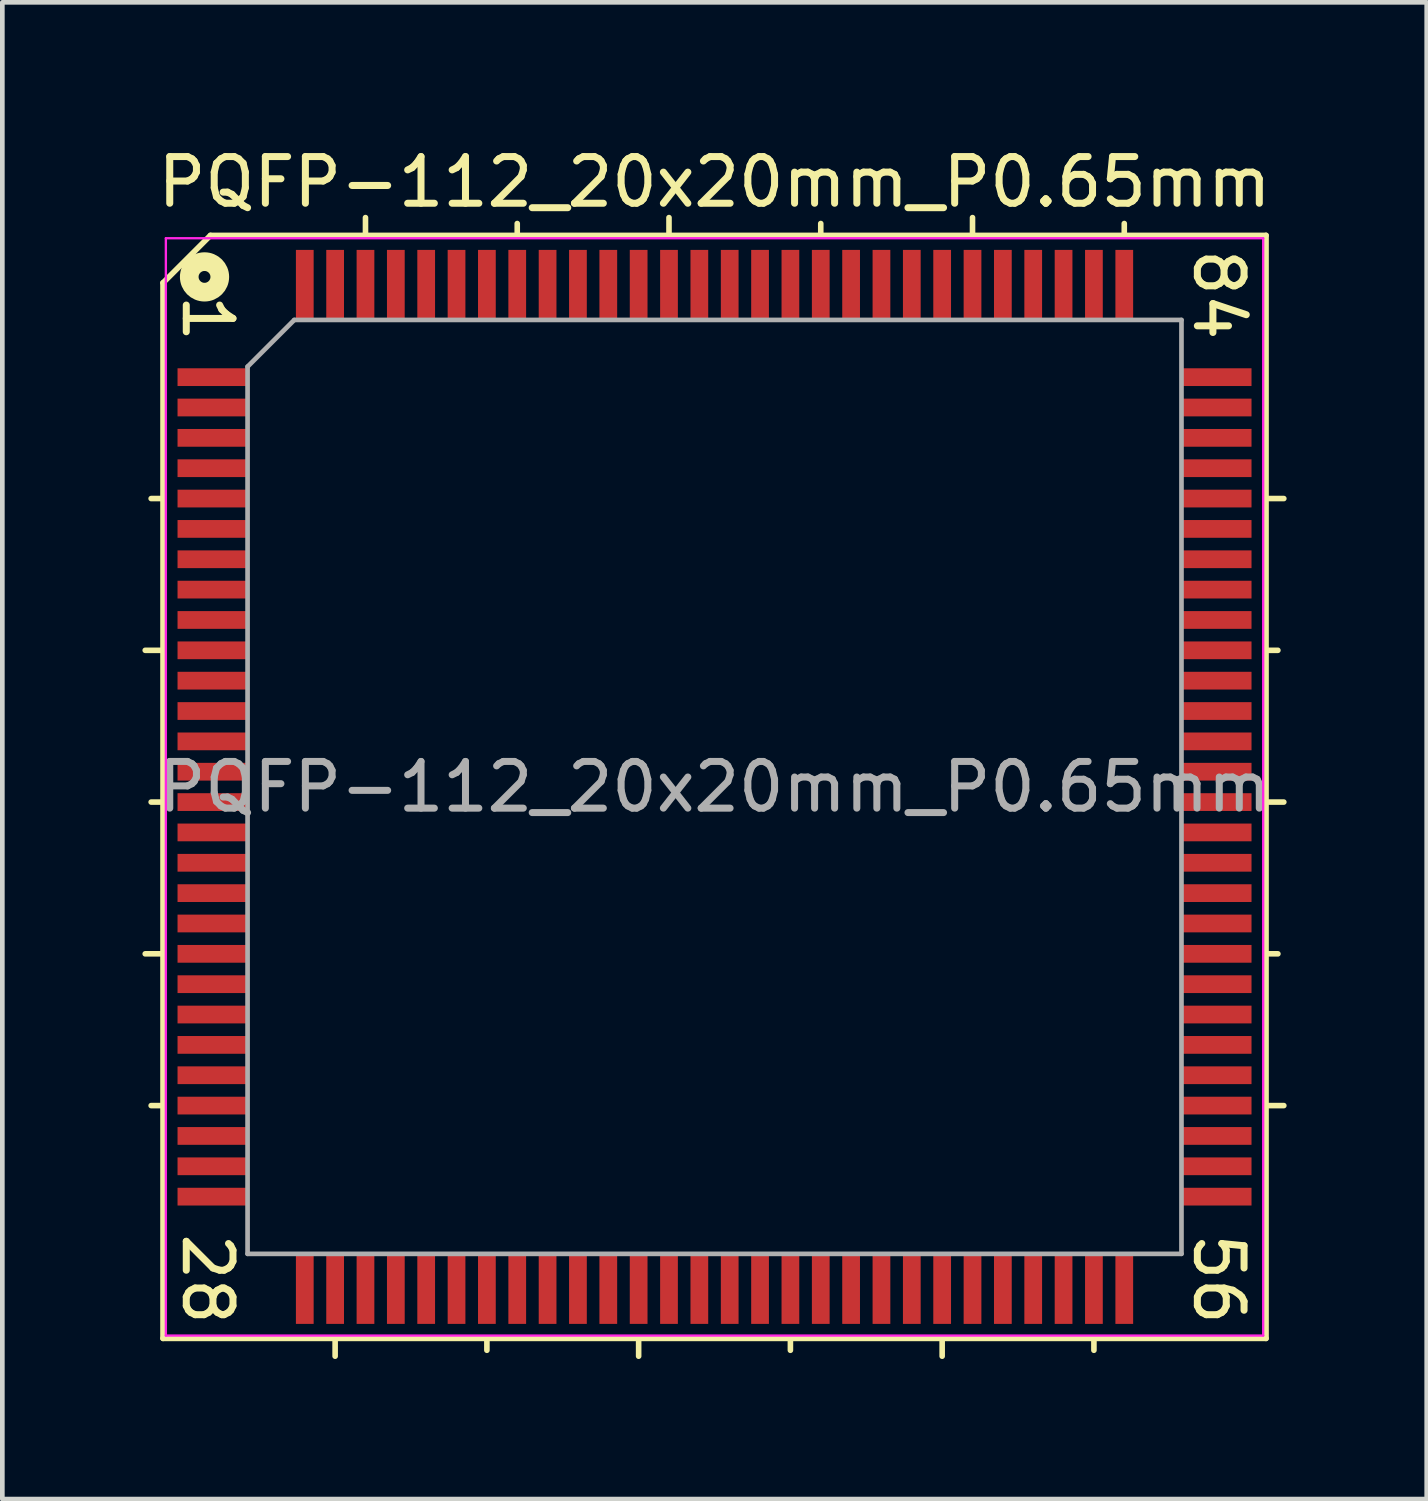
<source format=kicad_pcb>
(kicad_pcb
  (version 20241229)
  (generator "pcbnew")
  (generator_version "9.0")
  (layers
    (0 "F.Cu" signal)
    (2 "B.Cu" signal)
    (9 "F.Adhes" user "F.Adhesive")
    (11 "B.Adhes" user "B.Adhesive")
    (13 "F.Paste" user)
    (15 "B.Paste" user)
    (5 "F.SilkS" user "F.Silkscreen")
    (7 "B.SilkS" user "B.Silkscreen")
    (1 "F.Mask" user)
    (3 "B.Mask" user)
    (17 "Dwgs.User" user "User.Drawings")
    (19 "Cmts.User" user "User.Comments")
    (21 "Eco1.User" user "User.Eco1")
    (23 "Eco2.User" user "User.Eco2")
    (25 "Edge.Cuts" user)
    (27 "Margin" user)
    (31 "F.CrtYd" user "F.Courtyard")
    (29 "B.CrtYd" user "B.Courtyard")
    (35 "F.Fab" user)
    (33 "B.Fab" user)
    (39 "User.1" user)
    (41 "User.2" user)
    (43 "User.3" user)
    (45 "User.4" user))
  (footprint "PQFP-112_20x20mm_P0.65mm"
    (layer "F.Cu")
    (at 12.252 13.802)
    (property "Reference" "PQFP-112_20x20mm_P0.65mm" (at 0 -12.954 0) (layer "F.SilkS") (effects (font (size 1 1) (thickness 0.15))))
    (attr smd)
    (fp_line (start -11.811 -10.795) (end -11.811 11.811) (stroke (width 0.12) (type solid)) (layer "F.SilkS"))
    (fp_line (start -11.811 -10.795) (end -10.795 -11.811) (stroke (width 0.12) (type solid)) (layer "F.SilkS"))
    (fp_line (start -11.811 -6.175) (end -12.065 -6.175) (stroke (width 0.12) (type solid)) (layer "F.SilkS"))
    (fp_line (start -11.811 -2.925) (end -12.192 -2.925) (stroke (width 0.12) (type solid)) (layer "F.SilkS"))
    (fp_line (start -11.811 0.325) (end -12.065 0.325) (stroke (width 0.12) (type solid)) (layer "F.SilkS"))
    (fp_line (start -11.811 3.575) (end -12.192 3.575) (stroke (width 0.12) (type solid)) (layer "F.SilkS"))
    (fp_line (start -11.811 6.825) (end -12.065 6.825) (stroke (width 0.12) (type solid)) (layer "F.SilkS"))
    (fp_line (start -11.811 11.811) (end 11.811 11.811) (stroke (width 0.12) (type solid)) (layer "F.SilkS"))
    (fp_line (start -8.125 11.811) (end -8.125 12.192) (stroke (width 0.12) (type solid)) (layer "F.SilkS"))
    (fp_line (start -7.475 -11.811) (end -7.475 -12.192) (stroke (width 0.12) (type solid)) (layer "F.SilkS"))
    (fp_line (start -4.875 12.065) (end -4.875 11.811) (stroke (width 0.12) (type solid)) (layer "F.SilkS"))
    (fp_line (start -4.225 -11.811) (end -4.225 -12.065) (stroke (width 0.12) (type solid)) (layer "F.SilkS"))
    (fp_line (start -1.625 12.192) (end -1.625 11.811) (stroke (width 0.12) (type solid)) (layer "F.SilkS"))
    (fp_line (start -0.975 -11.811) (end -0.975 -12.192) (stroke (width 0.12) (type solid)) (layer "F.SilkS"))
    (fp_line (start 1.625 12.065) (end 1.625 11.811) (stroke (width 0.12) (type solid)) (layer "F.SilkS"))
    (fp_line (start 2.275 -11.811) (end 2.275 -12.065) (stroke (width 0.12) (type solid)) (layer "F.SilkS"))
    (fp_line (start 4.875 12.192) (end 4.875 11.811) (stroke (width 0.12) (type solid)) (layer "F.SilkS"))
    (fp_line (start 5.525 -11.811) (end 5.525 -12.192) (stroke (width 0.12) (type solid)) (layer "F.SilkS"))
    (fp_line (start 8.125 12.065) (end 8.125 11.811) (stroke (width 0.12) (type solid)) (layer "F.SilkS"))
    (fp_line (start 8.775 -11.811) (end 8.775 -12.065) (stroke (width 0.12) (type solid)) (layer "F.SilkS"))
    (fp_line (start 11.811 -11.811) (end -10.795 -11.811) (stroke (width 0.12) (type solid)) (layer "F.SilkS"))
    (fp_line (start 11.811 -6.175) (end 12.192 -6.175) (stroke (width 0.12) (type solid)) (layer "F.SilkS"))
    (fp_line (start 11.811 -2.925) (end 12.065 -2.925) (stroke (width 0.12) (type solid)) (layer "F.SilkS"))
    (fp_line (start 11.811 0.325) (end 12.192 0.325) (stroke (width 0.12) (type solid)) (layer "F.SilkS"))
    (fp_line (start 11.811 3.575) (end 12.065 3.575) (stroke (width 0.12) (type solid)) (layer "F.SilkS"))
    (fp_line (start 11.811 6.825) (end 12.192 6.825) (stroke (width 0.12) (type solid)) (layer "F.SilkS"))
    (fp_line (start 11.811 11.811) (end 11.811 -11.811) (stroke (width 0.12) (type solid)) (layer "F.SilkS"))
    (fp_circle (center -10.922 -10.922) (end -10.795 -10.922) (stroke (width 0.4) (type solid)) (fill no) (layer "F.SilkS"))
    (fp_line (start -11.75 -11.75) (end -11.75 11.75) (stroke (width 0.05) (type solid)) (layer "F.CrtYd"))
    (fp_line (start -11.75 -11.75) (end 11.75 -11.75) (stroke (width 0.05) (type solid)) (layer "F.CrtYd"))
    (fp_line (start -11.75 11.75) (end 11.75 11.75) (stroke (width 0.05) (type solid)) (layer "F.CrtYd"))
    (fp_line (start 11.75 -11.75) (end 11.75 11.75) (stroke (width 0.05) (type solid)) (layer "F.CrtYd"))
    (fp_line (start -10 -9) (end -10 10) (stroke (width 0.1) (type solid)) (layer "F.Fab"))
    (fp_line (start -9 -10) (end -10 -9) (stroke (width 0.1) (type solid)) (layer "F.Fab"))
    (fp_line (start -9 -10) (end 10 -10) (stroke (width 0.1) (type solid)) (layer "F.Fab"))
    (fp_line (start 10 10) (end -10 10) (stroke (width 0.1) (type solid)) (layer "F.Fab"))
    (fp_line (start 10 10) (end 10 -10) (stroke (width 0.1) (type solid)) (layer "F.Fab"))
    (fp_text user "56" (at 10.795 10.541 270) (unlocked yes) (layer "F.SilkS") (effects (font (size 1 1) (thickness 0.15))))
    (fp_text user "28" (at -10.858 10.541 270) (unlocked yes) (layer "F.SilkS") (effects (font (size 1 1) (thickness 0.15))))
    (fp_text user "1" (at -10.858 -10.033 270) (unlocked yes) (layer "F.SilkS") (effects (font (size 1 1) (thickness 0.15))))
    (fp_text user "84" (at 10.795 -10.541 270) (unlocked yes) (layer "F.SilkS") (effects (font (size 1 1) (thickness 0.15))))
    (fp_text user "${REFERENCE}" (at 0 0 0) (layer "F.Fab") (effects (font (size 1 1) (thickness 0.15))))
    (pad "1" smd rect (at -10.75 -8.775) (size 1.5 0.38) (layers "F.Cu" "F.Mask" "F.Paste"))
    (pad "2" smd rect (at -10.75 -8.125) (size 1.5 0.38) (layers "F.Cu" "F.Mask" "F.Paste"))
    (pad "3" smd rect (at -10.75 -7.475) (size 1.5 0.38) (layers "F.Cu" "F.Mask" "F.Paste"))
    (pad "4" smd rect (at -10.75 -6.825) (size 1.5 0.38) (layers "F.Cu" "F.Mask" "F.Paste"))
    (pad "5" smd rect (at -10.75 -6.175) (size 1.5 0.38) (layers "F.Cu" "F.Mask" "F.Paste"))
    (pad "6" smd rect (at -10.75 -5.525) (size 1.5 0.38) (layers "F.Cu" "F.Mask" "F.Paste"))
    (pad "7" smd rect (at -10.75 -4.875) (size 1.5 0.38) (layers "F.Cu" "F.Mask" "F.Paste"))
    (pad "8" smd rect (at -10.75 -4.225) (size 1.5 0.38) (layers "F.Cu" "F.Mask" "F.Paste"))
    (pad "9" smd rect (at -10.75 -3.575) (size 1.5 0.38) (layers "F.Cu" "F.Mask" "F.Paste"))
    (pad "10" smd rect (at -10.75 -2.925) (size 1.5 0.38) (layers "F.Cu" "F.Mask" "F.Paste"))
    (pad "11" smd rect (at -10.75 -2.275) (size 1.5 0.38) (layers "F.Cu" "F.Mask" "F.Paste"))
    (pad "12" smd rect (at -10.75 -1.625) (size 1.5 0.38) (layers "F.Cu" "F.Mask" "F.Paste"))
    (pad "13" smd rect (at -10.75 -0.975) (size 1.5 0.38) (layers "F.Cu" "F.Mask" "F.Paste"))
    (pad "14" smd rect (at -10.75 -0.325) (size 1.5 0.38) (layers "F.Cu" "F.Mask" "F.Paste"))
    (pad "15" smd rect (at -10.75 0.325) (size 1.5 0.38) (layers "F.Cu" "F.Mask" "F.Paste"))
    (pad "16" smd rect (at -10.75 0.975) (size 1.5 0.38) (layers "F.Cu" "F.Mask" "F.Paste"))
    (pad "17" smd rect (at -10.75 1.625) (size 1.5 0.38) (layers "F.Cu" "F.Mask" "F.Paste"))
    (pad "18" smd rect (at -10.75 2.275) (size 1.5 0.38) (layers "F.Cu" "F.Mask" "F.Paste"))
    (pad "19" smd rect (at -10.75 2.925) (size 1.5 0.38) (layers "F.Cu" "F.Mask" "F.Paste"))
    (pad "20" smd rect (at -10.75 3.575) (size 1.5 0.38) (layers "F.Cu" "F.Mask" "F.Paste"))
    (pad "21" smd rect (at -10.75 4.225) (size 1.5 0.38) (layers "F.Cu" "F.Mask" "F.Paste"))
    (pad "22" smd rect (at -10.75 4.875) (size 1.5 0.38) (layers "F.Cu" "F.Mask" "F.Paste"))
    (pad "23" smd rect (at -10.75 5.525) (size 1.5 0.38) (layers "F.Cu" "F.Mask" "F.Paste"))
    (pad "24" smd rect (at -10.75 6.175) (size 1.5 0.38) (layers "F.Cu" "F.Mask" "F.Paste"))
    (pad "25" smd rect (at -10.75 6.825) (size 1.5 0.38) (layers "F.Cu" "F.Mask" "F.Paste"))
    (pad "26" smd rect (at -10.75 7.475) (size 1.5 0.38) (layers "F.Cu" "F.Mask" "F.Paste"))
    (pad "27" smd rect (at -10.75 8.125) (size 1.5 0.38) (layers "F.Cu" "F.Mask" "F.Paste"))
    (pad "28" smd rect (at -10.75 8.775) (size 1.5 0.38) (layers "F.Cu" "F.Mask" "F.Paste"))
    (pad "29" smd rect (at -8.775 10.75) (size 0.38 1.5) (layers "F.Cu" "F.Mask" "F.Paste"))
    (pad "30" smd rect (at -8.125 10.75) (size 0.38 1.5) (layers "F.Cu" "F.Mask" "F.Paste"))
    (pad "31" smd rect (at -7.475 10.75) (size 0.38 1.5) (layers "F.Cu" "F.Mask" "F.Paste"))
    (pad "32" smd rect (at -6.825 10.75) (size 0.38 1.5) (layers "F.Cu" "F.Mask" "F.Paste"))
    (pad "33" smd rect (at -6.175 10.75) (size 0.38 1.5) (layers "F.Cu" "F.Mask" "F.Paste"))
    (pad "34" smd rect (at -5.525 10.75) (size 0.38 1.5) (layers "F.Cu" "F.Mask" "F.Paste"))
    (pad "35" smd rect (at -4.875 10.75) (size 0.38 1.5) (layers "F.Cu" "F.Mask" "F.Paste"))
    (pad "36" smd rect (at -4.225 10.75) (size 0.38 1.5) (layers "F.Cu" "F.Mask" "F.Paste"))
    (pad "37" smd rect (at -3.575 10.75) (size 0.38 1.5) (layers "F.Cu" "F.Mask" "F.Paste"))
    (pad "38" smd rect (at -2.925 10.75) (size 0.38 1.5) (layers "F.Cu" "F.Mask" "F.Paste"))
    (pad "39" smd rect (at -2.275 10.75) (size 0.38 1.5) (layers "F.Cu" "F.Mask" "F.Paste"))
    (pad "40" smd rect (at -1.625 10.75) (size 0.38 1.5) (layers "F.Cu" "F.Mask" "F.Paste"))
    (pad "41" smd rect (at -0.975 10.75) (size 0.38 1.5) (layers "F.Cu" "F.Mask" "F.Paste"))
    (pad "42" smd rect (at -0.325 10.75) (size 0.38 1.5) (layers "F.Cu" "F.Mask" "F.Paste"))
    (pad "43" smd rect (at 0.325 10.75) (size 0.38 1.5) (layers "F.Cu" "F.Mask" "F.Paste"))
    (pad "44" smd rect (at 0.975 10.75) (size 0.38 1.5) (layers "F.Cu" "F.Mask" "F.Paste"))
    (pad "45" smd rect (at 1.625 10.75) (size 0.38 1.5) (layers "F.Cu" "F.Mask" "F.Paste"))
    (pad "46" smd rect (at 2.275 10.75) (size 0.38 1.5) (layers "F.Cu" "F.Mask" "F.Paste"))
    (pad "47" smd rect (at 2.925 10.75) (size 0.38 1.5) (layers "F.Cu" "F.Mask" "F.Paste"))
    (pad "48" smd rect (at 3.575 10.75) (size 0.38 1.5) (layers "F.Cu" "F.Mask" "F.Paste"))
    (pad "49" smd rect (at 4.225 10.75) (size 0.38 1.5) (layers "F.Cu" "F.Mask" "F.Paste"))
    (pad "50" smd rect (at 4.875 10.75) (size 0.38 1.5) (layers "F.Cu" "F.Mask" "F.Paste"))
    (pad "51" smd rect (at 5.525 10.75) (size 0.38 1.5) (layers "F.Cu" "F.Mask" "F.Paste"))
    (pad "52" smd rect (at 6.175 10.75) (size 0.38 1.5) (layers "F.Cu" "F.Mask" "F.Paste"))
    (pad "53" smd rect (at 6.825 10.75) (size 0.38 1.5) (layers "F.Cu" "F.Mask" "F.Paste"))
    (pad "54" smd rect (at 7.475 10.75) (size 0.38 1.5) (layers "F.Cu" "F.Mask" "F.Paste"))
    (pad "55" smd rect (at 8.125 10.75) (size 0.38 1.5) (layers "F.Cu" "F.Mask" "F.Paste"))
    (pad "56" smd rect (at 8.775 10.75) (size 0.38 1.5) (layers "F.Cu" "F.Mask" "F.Paste"))
    (pad "57" smd rect (at 10.75 8.775) (size 1.5 0.38) (layers "F.Cu" "F.Mask" "F.Paste"))
    (pad "58" smd rect (at 10.75 8.125) (size 1.5 0.38) (layers "F.Cu" "F.Mask" "F.Paste"))
    (pad "59" smd rect (at 10.75 7.475) (size 1.5 0.38) (layers "F.Cu" "F.Mask" "F.Paste"))
    (pad "60" smd rect (at 10.75 6.825) (size 1.5 0.38) (layers "F.Cu" "F.Mask" "F.Paste"))
    (pad "61" smd rect (at 10.75 6.175) (size 1.5 0.38) (layers "F.Cu" "F.Mask" "F.Paste"))
    (pad "62" smd rect (at 10.75 5.525) (size 1.5 0.38) (layers "F.Cu" "F.Mask" "F.Paste"))
    (pad "63" smd rect (at 10.75 4.875) (size 1.5 0.38) (layers "F.Cu" "F.Mask" "F.Paste"))
    (pad "64" smd rect (at 10.75 4.225) (size 1.5 0.38) (layers "F.Cu" "F.Mask" "F.Paste"))
    (pad "65" smd rect (at 10.75 3.575) (size 1.5 0.38) (layers "F.Cu" "F.Mask" "F.Paste"))
    (pad "66" smd rect (at 10.75 2.925) (size 1.5 0.38) (layers "F.Cu" "F.Mask" "F.Paste"))
    (pad "67" smd rect (at 10.75 2.275) (size 1.5 0.38) (layers "F.Cu" "F.Mask" "F.Paste"))
    (pad "68" smd rect (at 10.75 1.625) (size 1.5 0.38) (layers "F.Cu" "F.Mask" "F.Paste"))
    (pad "69" smd rect (at 10.75 0.975) (size 1.5 0.38) (layers "F.Cu" "F.Mask" "F.Paste"))
    (pad "70" smd rect (at 10.75 0.325) (size 1.5 0.38) (layers "F.Cu" "F.Mask" "F.Paste"))
    (pad "71" smd rect (at 10.75 -0.325) (size 1.5 0.38) (layers "F.Cu" "F.Mask" "F.Paste"))
    (pad "72" smd rect (at 10.75 -0.975) (size 1.5 0.38) (layers "F.Cu" "F.Mask" "F.Paste"))
    (pad "73" smd rect (at 10.75 -1.625) (size 1.5 0.38) (layers "F.Cu" "F.Mask" "F.Paste"))
    (pad "74" smd rect (at 10.75 -2.275) (size 1.5 0.38) (layers "F.Cu" "F.Mask" "F.Paste"))
    (pad "75" smd rect (at 10.75 -2.925) (size 1.5 0.38) (layers "F.Cu" "F.Mask" "F.Paste"))
    (pad "76" smd rect (at 10.75 -3.575) (size 1.5 0.38) (layers "F.Cu" "F.Mask" "F.Paste"))
    (pad "77" smd rect (at 10.75 -4.225) (size 1.5 0.38) (layers "F.Cu" "F.Mask" "F.Paste"))
    (pad "78" smd rect (at 10.75 -4.875) (size 1.5 0.38) (layers "F.Cu" "F.Mask" "F.Paste"))
    (pad "79" smd rect (at 10.75 -5.525) (size 1.5 0.38) (layers "F.Cu" "F.Mask" "F.Paste"))
    (pad "80" smd rect (at 10.75 -6.175) (size 1.5 0.38) (layers "F.Cu" "F.Mask" "F.Paste"))
    (pad "81" smd rect (at 10.75 -6.825) (size 1.5 0.38) (layers "F.Cu" "F.Mask" "F.Paste"))
    (pad "82" smd rect (at 10.75 -7.475) (size 1.5 0.38) (layers "F.Cu" "F.Mask" "F.Paste"))
    (pad "83" smd rect (at 10.75 -8.125) (size 1.5 0.38) (layers "F.Cu" "F.Mask" "F.Paste"))
    (pad "84" smd rect (at 10.75 -8.775) (size 1.5 0.38) (layers "F.Cu" "F.Mask" "F.Paste"))
    (pad "85" smd rect (at 8.775 -10.75) (size 0.38 1.5) (layers "F.Cu" "F.Mask" "F.Paste"))
    (pad "86" smd rect (at 8.125 -10.75) (size 0.38 1.5) (layers "F.Cu" "F.Mask" "F.Paste"))
    (pad "87" smd rect (at 7.475 -10.75) (size 0.38 1.5) (layers "F.Cu" "F.Mask" "F.Paste"))
    (pad "88" smd rect (at 6.825 -10.75) (size 0.38 1.5) (layers "F.Cu" "F.Mask" "F.Paste"))
    (pad "89" smd rect (at 6.175 -10.75) (size 0.38 1.5) (layers "F.Cu" "F.Mask" "F.Paste"))
    (pad "90" smd rect (at 5.525 -10.75) (size 0.38 1.5) (layers "F.Cu" "F.Mask" "F.Paste"))
    (pad "91" smd rect (at 4.875 -10.75) (size 0.38 1.5) (layers "F.Cu" "F.Mask" "F.Paste"))
    (pad "92" smd rect (at 4.225 -10.75) (size 0.38 1.5) (layers "F.Cu" "F.Mask" "F.Paste"))
    (pad "93" smd rect (at 3.575 -10.75) (size 0.38 1.5) (layers "F.Cu" "F.Mask" "F.Paste"))
    (pad "94" smd rect (at 2.925 -10.75) (size 0.38 1.5) (layers "F.Cu" "F.Mask" "F.Paste"))
    (pad "95" smd rect (at 2.275 -10.75) (size 0.38 1.5) (layers "F.Cu" "F.Mask" "F.Paste"))
    (pad "96" smd rect (at 1.625 -10.75) (size 0.38 1.5) (layers "F.Cu" "F.Mask" "F.Paste"))
    (pad "97" smd rect (at 0.975 -10.75) (size 0.38 1.5) (layers "F.Cu" "F.Mask" "F.Paste"))
    (pad "98" smd rect (at 0.325 -10.75) (size 0.38 1.5) (layers "F.Cu" "F.Mask" "F.Paste"))
    (pad "99" smd rect (at -0.325 -10.75) (size 0.38 1.5) (layers "F.Cu" "F.Mask" "F.Paste"))
    (pad "100" smd rect (at -0.975 -10.75) (size 0.38 1.5) (layers "F.Cu" "F.Mask" "F.Paste"))
    (pad "101" smd rect (at -1.625 -10.75) (size 0.38 1.5) (layers "F.Cu" "F.Mask" "F.Paste"))
    (pad "102" smd rect (at -2.275 -10.75) (size 0.38 1.5) (layers "F.Cu" "F.Mask" "F.Paste"))
    (pad "103" smd rect (at -2.925 -10.75) (size 0.38 1.5) (layers "F.Cu" "F.Mask" "F.Paste"))
    (pad "104" smd rect (at -3.575 -10.75) (size 0.38 1.5) (layers "F.Cu" "F.Mask" "F.Paste"))
    (pad "105" smd rect (at -4.225 -10.75) (size 0.38 1.5) (layers "F.Cu" "F.Mask" "F.Paste"))
    (pad "106" smd rect (at -4.875 -10.75) (size 0.38 1.5) (layers "F.Cu" "F.Mask" "F.Paste"))
    (pad "107" smd rect (at -5.525 -10.75) (size 0.38 1.5) (layers "F.Cu" "F.Mask" "F.Paste"))
    (pad "108" smd rect (at -6.175 -10.75) (size 0.38 1.5) (layers "F.Cu" "F.Mask" "F.Paste"))
    (pad "109" smd rect (at -6.825 -10.75) (size 0.38 1.5) (layers "F.Cu" "F.Mask" "F.Paste"))
    (pad "110" smd rect (at -7.475 -10.75) (size 0.38 1.5) (layers "F.Cu" "F.Mask" "F.Paste"))
    (pad "111" smd rect (at -8.125 -10.75) (size 0.38 1.5) (layers "F.Cu" "F.Mask" "F.Paste"))
    (pad "112" smd rect (at -8.775 -10.75) (size 0.38 1.5) (layers "F.Cu" "F.Mask" "F.Paste")))
  (gr_rect
    (start -3 -3)
    (end 27.504 29.054)
    (stroke (width 0.1) (type default))
    (fill no)
    (layer "Edge.Cuts")))
</source>
